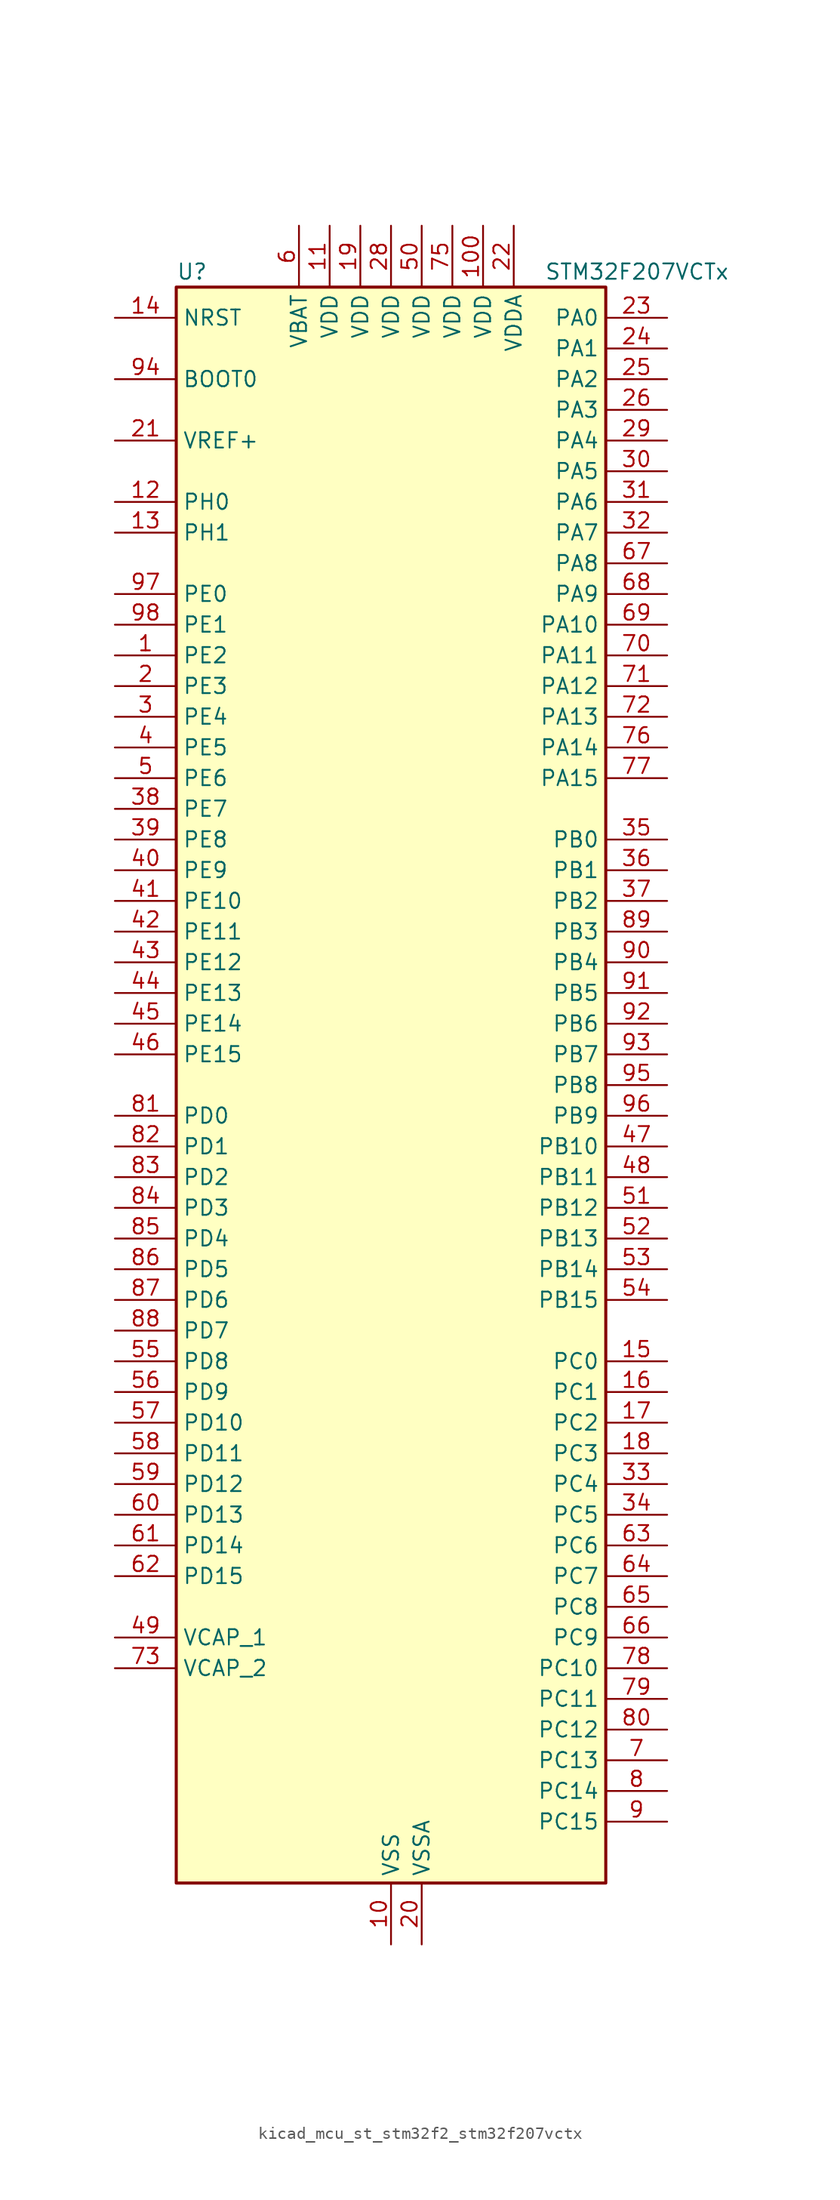
<source format=kicad_sym>
(kicad_symbol_lib
  (version 20220914)
  (generator kicad_symbol_editor)
  (symbol "kicad_mcu_st_stm32f2_stm32f207vctx"
    (property "Reference" "U"
      (at -17.78 67.31 0)
      (effects (font (size 1.27 1.27)) (justify left)))
    (property "Value" "STM32F207VCTx"
      (at 12.7 67.31 0)
      (effects (font (size 1.27 1.27)) (justify left)))
    (property "ki_locked" ""
      (at 0 0 0)
      (effects (font (size 1.27 1.27))))
    (symbol "kicad_mcu_st_stm32f2_stm32f207vctx_0_1"
      (rectangle (start -17.78 -66.04) (end 17.78 66.04) (stroke (width 0.254) (type default)) (fill (type background))))
    (symbol "kicad_mcu_st_stm32f2_stm32f207vctx_1_1"
      (pin bidirectional line (at -22.86 35.56 0) (length 5.08) (name "PE2" (effects (font (size 1.27 1.27)))) (number "1" (effects (font (size 1.27 1.27)))) (alternate "ETH_TXD3" bidirectional line) (alternate "FSMC_A23" bidirectional line) (alternate "SYS_TRACECLK" bidirectional line))
      (pin power_in line (at 0 -71.12 90) (length 5.08) (name "VSS" (effects (font (size 1.27 1.27)))) (number "10" (effects (font (size 1.27 1.27)))))
      (pin power_in line (at 7.62 71.12 270) (length 5.08) (name "VDD" (effects (font (size 1.27 1.27)))) (number "100" (effects (font (size 1.27 1.27)))))
      (pin power_in line (at -5.08 71.12 270) (length 5.08) (name "VDD" (effects (font (size 1.27 1.27)))) (number "11" (effects (font (size 1.27 1.27)))))
      (pin bidirectional line (at -22.86 48.26 0) (length 5.08) (name "PH0" (effects (font (size 1.27 1.27)))) (number "12" (effects (font (size 1.27 1.27)))) (alternate "RCC_OSC_IN" bidirectional line))
      (pin bidirectional line (at -22.86 45.72 0) (length 5.08) (name "PH1" (effects (font (size 1.27 1.27)))) (number "13" (effects (font (size 1.27 1.27)))) (alternate "RCC_OSC_OUT" bidirectional line))
      (pin input line (at -22.86 63.5 0) (length 5.08) (name "NRST" (effects (font (size 1.27 1.27)))) (number "14" (effects (font (size 1.27 1.27)))))
      (pin bidirectional line (at 22.86 -22.86 180) (length 5.08) (name "PC0" (effects (font (size 1.27 1.27)))) (number "15" (effects (font (size 1.27 1.27)))) (alternate "ADC1_IN10" bidirectional line) (alternate "ADC2_IN10" bidirectional line) (alternate "ADC3_IN10" bidirectional line) (alternate "USB_OTG_HS_ULPI_STP" bidirectional line))
      (pin bidirectional line (at 22.86 -25.4 180) (length 5.08) (name "PC1" (effects (font (size 1.27 1.27)))) (number "16" (effects (font (size 1.27 1.27)))) (alternate "ADC1_IN11" bidirectional line) (alternate "ADC2_IN11" bidirectional line) (alternate "ADC3_IN11" bidirectional line) (alternate "ETH_MDC" bidirectional line))
      (pin bidirectional line (at 22.86 -27.94 180) (length 5.08) (name "PC2" (effects (font (size 1.27 1.27)))) (number "17" (effects (font (size 1.27 1.27)))) (alternate "ADC1_IN12" bidirectional line) (alternate "ADC2_IN12" bidirectional line) (alternate "ADC3_IN12" bidirectional line) (alternate "ETH_TXD2" bidirectional line) (alternate "SPI2_MISO" bidirectional line) (alternate "USB_OTG_HS_ULPI_DIR" bidirectional line))
      (pin bidirectional line (at 22.86 -30.48 180) (length 5.08) (name "PC3" (effects (font (size 1.27 1.27)))) (number "18" (effects (font (size 1.27 1.27)))) (alternate "ADC1_IN13" bidirectional line) (alternate "ADC2_IN13" bidirectional line) (alternate "ADC3_IN13" bidirectional line) (alternate "ETH_TX_CLK" bidirectional line) (alternate "I2S2_SD" bidirectional line) (alternate "SPI2_MOSI" bidirectional line) (alternate "USB_OTG_HS_ULPI_NXT" bidirectional line))
      (pin power_in line (at -2.54 71.12 270) (length 5.08) (name "VDD" (effects (font (size 1.27 1.27)))) (number "19" (effects (font (size 1.27 1.27)))))
      (pin bidirectional line (at -22.86 33.02 0) (length 5.08) (name "PE3" (effects (font (size 1.27 1.27)))) (number "2" (effects (font (size 1.27 1.27)))) (alternate "FSMC_A19" bidirectional line) (alternate "SYS_TRACED0" bidirectional line))
      (pin power_in line (at 2.54 -71.12 90) (length 5.08) (name "VSSA" (effects (font (size 1.27 1.27)))) (number "20" (effects (font (size 1.27 1.27)))))
      (pin input line (at -22.86 53.34 0) (length 5.08) (name "VREF+" (effects (font (size 1.27 1.27)))) (number "21" (effects (font (size 1.27 1.27)))))
      (pin power_in line (at 10.16 71.12 270) (length 5.08) (name "VDDA" (effects (font (size 1.27 1.27)))) (number "22" (effects (font (size 1.27 1.27)))))
      (pin bidirectional line (at 22.86 63.5 180) (length 5.08) (name "PA0" (effects (font (size 1.27 1.27)))) (number "23" (effects (font (size 1.27 1.27)))) (alternate "ADC1_IN0" bidirectional line) (alternate "ADC2_IN0" bidirectional line) (alternate "ADC3_IN0" bidirectional line) (alternate "ETH_CRS" bidirectional line) (alternate "SYS_WKUP" bidirectional line) (alternate "TIM2_CH1" bidirectional line) (alternate "TIM2_ETR" bidirectional line) (alternate "TIM5_CH1" bidirectional line) (alternate "TIM8_ETR" bidirectional line) (alternate "UART4_TX" bidirectional line) (alternate "USART2_CTS" bidirectional line))
      (pin bidirectional line (at 22.86 60.96 180) (length 5.08) (name "PA1" (effects (font (size 1.27 1.27)))) (number "24" (effects (font (size 1.27 1.27)))) (alternate "ADC1_IN1" bidirectional line) (alternate "ADC2_IN1" bidirectional line) (alternate "ADC3_IN1" bidirectional line) (alternate "ETH_REF_CLK" bidirectional line) (alternate "ETH_RX_CLK" bidirectional line) (alternate "TIM2_CH2" bidirectional line) (alternate "TIM5_CH2" bidirectional line) (alternate "UART4_RX" bidirectional line) (alternate "USART2_RTS" bidirectional line))
      (pin bidirectional line (at 22.86 58.42 180) (length 5.08) (name "PA2" (effects (font (size 1.27 1.27)))) (number "25" (effects (font (size 1.27 1.27)))) (alternate "ADC1_IN2" bidirectional line) (alternate "ADC2_IN2" bidirectional line) (alternate "ADC3_IN2" bidirectional line) (alternate "ETH_MDIO" bidirectional line) (alternate "TIM2_CH3" bidirectional line) (alternate "TIM5_CH3" bidirectional line) (alternate "TIM9_CH1" bidirectional line) (alternate "USART2_TX" bidirectional line))
      (pin bidirectional line (at 22.86 55.88 180) (length 5.08) (name "PA3" (effects (font (size 1.27 1.27)))) (number "26" (effects (font (size 1.27 1.27)))) (alternate "ADC1_IN3" bidirectional line) (alternate "ADC2_IN3" bidirectional line) (alternate "ADC3_IN3" bidirectional line) (alternate "ETH_COL" bidirectional line) (alternate "TIM2_CH4" bidirectional line) (alternate "TIM5_CH4" bidirectional line) (alternate "TIM9_CH2" bidirectional line) (alternate "USART2_RX" bidirectional line) (alternate "USB_OTG_HS_ULPI_D0" bidirectional line))
      (pin passive line (at 0 -71.12 90) (length 5.08) hide (name "VSS" (effects (font (size 1.27 1.27)))) (number "27" (effects (font (size 1.27 1.27)))))
      (pin power_in line (at 0 71.12 270) (length 5.08) (name "VDD" (effects (font (size 1.27 1.27)))) (number "28" (effects (font (size 1.27 1.27)))))
      (pin bidirectional line (at 22.86 53.34 180) (length 5.08) (name "PA4" (effects (font (size 1.27 1.27)))) (number "29" (effects (font (size 1.27 1.27)))) (alternate "ADC1_IN4" bidirectional line) (alternate "ADC2_IN4" bidirectional line) (alternate "DAC_OUT1" bidirectional line) (alternate "DCMI_HSYNC" bidirectional line) (alternate "I2S3_WS" bidirectional line) (alternate "SPI1_NSS" bidirectional line) (alternate "SPI3_NSS" bidirectional line) (alternate "USART2_CK" bidirectional line) (alternate "USB_OTG_HS_SOF" bidirectional line))
      (pin bidirectional line (at -22.86 30.48 0) (length 5.08) (name "PE4" (effects (font (size 1.27 1.27)))) (number "3" (effects (font (size 1.27 1.27)))) (alternate "DCMI_D4" bidirectional line) (alternate "FSMC_A20" bidirectional line) (alternate "SYS_TRACED1" bidirectional line))
      (pin bidirectional line (at 22.86 50.8 180) (length 5.08) (name "PA5" (effects (font (size 1.27 1.27)))) (number "30" (effects (font (size 1.27 1.27)))) (alternate "ADC1_IN5" bidirectional line) (alternate "ADC2_IN5" bidirectional line) (alternate "DAC_OUT2" bidirectional line) (alternate "SPI1_SCK" bidirectional line) (alternate "TIM2_CH1" bidirectional line) (alternate "TIM2_ETR" bidirectional line) (alternate "TIM8_CH1N" bidirectional line) (alternate "USB_OTG_HS_ULPI_CK" bidirectional line))
      (pin bidirectional line (at 22.86 48.26 180) (length 5.08) (name "PA6" (effects (font (size 1.27 1.27)))) (number "31" (effects (font (size 1.27 1.27)))) (alternate "ADC1_IN6" bidirectional line) (alternate "ADC2_IN6" bidirectional line) (alternate "DCMI_PIXCLK" bidirectional line) (alternate "SPI1_MISO" bidirectional line) (alternate "TIM13_CH1" bidirectional line) (alternate "TIM1_BKIN" bidirectional line) (alternate "TIM3_CH1" bidirectional line) (alternate "TIM8_BKIN" bidirectional line))
      (pin bidirectional line (at 22.86 45.72 180) (length 5.08) (name "PA7" (effects (font (size 1.27 1.27)))) (number "32" (effects (font (size 1.27 1.27)))) (alternate "ADC1_IN7" bidirectional line) (alternate "ADC2_IN7" bidirectional line) (alternate "ETH_CRS_DV" bidirectional line) (alternate "ETH_RX_DV" bidirectional line) (alternate "SPI1_MOSI" bidirectional line) (alternate "TIM14_CH1" bidirectional line) (alternate "TIM1_CH1N" bidirectional line) (alternate "TIM3_CH2" bidirectional line) (alternate "TIM8_CH1N" bidirectional line))
      (pin bidirectional line (at 22.86 -33.02 180) (length 5.08) (name "PC4" (effects (font (size 1.27 1.27)))) (number "33" (effects (font (size 1.27 1.27)))) (alternate "ADC1_IN14" bidirectional line) (alternate "ADC2_IN14" bidirectional line) (alternate "ETH_RXD0" bidirectional line))
      (pin bidirectional line (at 22.86 -35.56 180) (length 5.08) (name "PC5" (effects (font (size 1.27 1.27)))) (number "34" (effects (font (size 1.27 1.27)))) (alternate "ADC1_IN15" bidirectional line) (alternate "ADC2_IN15" bidirectional line) (alternate "ETH_RXD1" bidirectional line))
      (pin bidirectional line (at 22.86 20.32 180) (length 5.08) (name "PB0" (effects (font (size 1.27 1.27)))) (number "35" (effects (font (size 1.27 1.27)))) (alternate "ADC1_IN8" bidirectional line) (alternate "ADC2_IN8" bidirectional line) (alternate "ETH_RXD2" bidirectional line) (alternate "TIM1_CH2N" bidirectional line) (alternate "TIM3_CH3" bidirectional line) (alternate "TIM8_CH2N" bidirectional line) (alternate "USB_OTG_HS_ULPI_D1" bidirectional line))
      (pin bidirectional line (at 22.86 17.78 180) (length 5.08) (name "PB1" (effects (font (size 1.27 1.27)))) (number "36" (effects (font (size 1.27 1.27)))) (alternate "ADC1_IN9" bidirectional line) (alternate "ADC2_IN9" bidirectional line) (alternate "ETH_RXD3" bidirectional line) (alternate "TIM1_CH3N" bidirectional line) (alternate "TIM3_CH4" bidirectional line) (alternate "TIM8_CH3N" bidirectional line) (alternate "USB_OTG_HS_ULPI_D2" bidirectional line))
      (pin bidirectional line (at 22.86 15.24 180) (length 5.08) (name "PB2" (effects (font (size 1.27 1.27)))) (number "37" (effects (font (size 1.27 1.27)))))
      (pin bidirectional line (at -22.86 22.86 0) (length 5.08) (name "PE7" (effects (font (size 1.27 1.27)))) (number "38" (effects (font (size 1.27 1.27)))) (alternate "FSMC_D4" bidirectional line) (alternate "FSMC_DA4" bidirectional line) (alternate "TIM1_ETR" bidirectional line))
      (pin bidirectional line (at -22.86 20.32 0) (length 5.08) (name "PE8" (effects (font (size 1.27 1.27)))) (number "39" (effects (font (size 1.27 1.27)))) (alternate "FSMC_D5" bidirectional line) (alternate "FSMC_DA5" bidirectional line) (alternate "TIM1_CH1N" bidirectional line))
      (pin bidirectional line (at -22.86 27.94 0) (length 5.08) (name "PE5" (effects (font (size 1.27 1.27)))) (number "4" (effects (font (size 1.27 1.27)))) (alternate "DCMI_D6" bidirectional line) (alternate "FSMC_A21" bidirectional line) (alternate "SYS_TRACED2" bidirectional line) (alternate "TIM9_CH1" bidirectional line))
      (pin bidirectional line (at -22.86 17.78 0) (length 5.08) (name "PE9" (effects (font (size 1.27 1.27)))) (number "40" (effects (font (size 1.27 1.27)))) (alternate "DAC_EXTI9" bidirectional line) (alternate "FSMC_D6" bidirectional line) (alternate "FSMC_DA6" bidirectional line) (alternate "TIM1_CH1" bidirectional line))
      (pin bidirectional line (at -22.86 15.24 0) (length 5.08) (name "PE10" (effects (font (size 1.27 1.27)))) (number "41" (effects (font (size 1.27 1.27)))) (alternate "FSMC_D7" bidirectional line) (alternate "FSMC_DA7" bidirectional line) (alternate "TIM1_CH2N" bidirectional line))
      (pin bidirectional line (at -22.86 12.7 0) (length 5.08) (name "PE11" (effects (font (size 1.27 1.27)))) (number "42" (effects (font (size 1.27 1.27)))) (alternate "ADC1_EXTI11" bidirectional line) (alternate "ADC2_EXTI11" bidirectional line) (alternate "ADC3_EXTI11" bidirectional line) (alternate "FSMC_D8" bidirectional line) (alternate "FSMC_DA8" bidirectional line) (alternate "TIM1_CH2" bidirectional line))
      (pin bidirectional line (at -22.86 10.16 0) (length 5.08) (name "PE12" (effects (font (size 1.27 1.27)))) (number "43" (effects (font (size 1.27 1.27)))) (alternate "FSMC_D9" bidirectional line) (alternate "FSMC_DA9" bidirectional line) (alternate "TIM1_CH3N" bidirectional line))
      (pin bidirectional line (at -22.86 7.62 0) (length 5.08) (name "PE13" (effects (font (size 1.27 1.27)))) (number "44" (effects (font (size 1.27 1.27)))) (alternate "FSMC_D10" bidirectional line) (alternate "FSMC_DA10" bidirectional line) (alternate "TIM1_CH3" bidirectional line))
      (pin bidirectional line (at -22.86 5.08 0) (length 5.08) (name "PE14" (effects (font (size 1.27 1.27)))) (number "45" (effects (font (size 1.27 1.27)))) (alternate "FSMC_D11" bidirectional line) (alternate "FSMC_DA11" bidirectional line) (alternate "TIM1_CH4" bidirectional line))
      (pin bidirectional line (at -22.86 2.54 0) (length 5.08) (name "PE15" (effects (font (size 1.27 1.27)))) (number "46" (effects (font (size 1.27 1.27)))) (alternate "ADC1_EXTI15" bidirectional line) (alternate "ADC2_EXTI15" bidirectional line) (alternate "ADC3_EXTI15" bidirectional line) (alternate "FSMC_D12" bidirectional line) (alternate "FSMC_DA12" bidirectional line) (alternate "TIM1_BKIN" bidirectional line))
      (pin bidirectional line (at 22.86 -5.08 180) (length 5.08) (name "PB10" (effects (font (size 1.27 1.27)))) (number "47" (effects (font (size 1.27 1.27)))) (alternate "ETH_RX_ER" bidirectional line) (alternate "I2C2_SCL" bidirectional line) (alternate "I2S2_SCK" bidirectional line) (alternate "SPI2_SCK" bidirectional line) (alternate "TIM2_CH3" bidirectional line) (alternate "USART3_TX" bidirectional line) (alternate "USB_OTG_HS_ULPI_D3" bidirectional line))
      (pin bidirectional line (at 22.86 -7.62 180) (length 5.08) (name "PB11" (effects (font (size 1.27 1.27)))) (number "48" (effects (font (size 1.27 1.27)))) (alternate "ADC1_EXTI11" bidirectional line) (alternate "ADC2_EXTI11" bidirectional line) (alternate "ADC3_EXTI11" bidirectional line) (alternate "ETH_TX_EN" bidirectional line) (alternate "I2C2_SDA" bidirectional line) (alternate "TIM2_CH4" bidirectional line) (alternate "USART3_RX" bidirectional line) (alternate "USB_OTG_HS_ULPI_D4" bidirectional line))
      (pin power_out line (at -22.86 -45.72 0) (length 5.08) (name "VCAP_1" (effects (font (size 1.27 1.27)))) (number "49" (effects (font (size 1.27 1.27)))))
      (pin bidirectional line (at -22.86 25.4 0) (length 5.08) (name "PE6" (effects (font (size 1.27 1.27)))) (number "5" (effects (font (size 1.27 1.27)))) (alternate "DCMI_D7" bidirectional line) (alternate "FSMC_A22" bidirectional line) (alternate "SYS_TRACED3" bidirectional line) (alternate "TIM9_CH2" bidirectional line))
      (pin power_in line (at 2.54 71.12 270) (length 5.08) (name "VDD" (effects (font (size 1.27 1.27)))) (number "50" (effects (font (size 1.27 1.27)))))
      (pin bidirectional line (at 22.86 -10.16 180) (length 5.08) (name "PB12" (effects (font (size 1.27 1.27)))) (number "51" (effects (font (size 1.27 1.27)))) (alternate "CAN2_RX" bidirectional line) (alternate "ETH_TXD0" bidirectional line) (alternate "I2C2_SMBA" bidirectional line) (alternate "I2S2_WS" bidirectional line) (alternate "SPI2_NSS" bidirectional line) (alternate "TIM1_BKIN" bidirectional line) (alternate "USART3_CK" bidirectional line) (alternate "USB_OTG_HS_ID" bidirectional line) (alternate "USB_OTG_HS_ULPI_D5" bidirectional line))
      (pin bidirectional line (at 22.86 -12.7 180) (length 5.08) (name "PB13" (effects (font (size 1.27 1.27)))) (number "52" (effects (font (size 1.27 1.27)))) (alternate "CAN2_TX" bidirectional line) (alternate "ETH_TXD1" bidirectional line) (alternate "I2S2_SCK" bidirectional line) (alternate "SPI2_SCK" bidirectional line) (alternate "TIM1_CH1N" bidirectional line) (alternate "USART3_CTS" bidirectional line) (alternate "USB_OTG_HS_ULPI_D6" bidirectional line) (alternate "USB_OTG_HS_VBUS" bidirectional line))
      (pin bidirectional line (at 22.86 -15.24 180) (length 5.08) (name "PB14" (effects (font (size 1.27 1.27)))) (number "53" (effects (font (size 1.27 1.27)))) (alternate "SPI2_MISO" bidirectional line) (alternate "TIM12_CH1" bidirectional line) (alternate "TIM1_CH2N" bidirectional line) (alternate "TIM8_CH2N" bidirectional line) (alternate "USART3_RTS" bidirectional line) (alternate "USB_OTG_HS_DM" bidirectional line))
      (pin bidirectional line (at 22.86 -17.78 180) (length 5.08) (name "PB15" (effects (font (size 1.27 1.27)))) (number "54" (effects (font (size 1.27 1.27)))) (alternate "ADC1_EXTI15" bidirectional line) (alternate "ADC2_EXTI15" bidirectional line) (alternate "ADC3_EXTI15" bidirectional line) (alternate "I2S2_SD" bidirectional line) (alternate "RTC_REFIN" bidirectional line) (alternate "SPI2_MOSI" bidirectional line) (alternate "TIM12_CH2" bidirectional line) (alternate "TIM1_CH3N" bidirectional line) (alternate "TIM8_CH3N" bidirectional line) (alternate "USB_OTG_HS_DP" bidirectional line))
      (pin bidirectional line (at -22.86 -22.86 0) (length 5.08) (name "PD8" (effects (font (size 1.27 1.27)))) (number "55" (effects (font (size 1.27 1.27)))) (alternate "FSMC_D13" bidirectional line) (alternate "FSMC_DA13" bidirectional line) (alternate "USART3_TX" bidirectional line))
      (pin bidirectional line (at -22.86 -25.4 0) (length 5.08) (name "PD9" (effects (font (size 1.27 1.27)))) (number "56" (effects (font (size 1.27 1.27)))) (alternate "DAC_EXTI9" bidirectional line) (alternate "FSMC_D14" bidirectional line) (alternate "FSMC_DA14" bidirectional line) (alternate "USART3_RX" bidirectional line))
      (pin bidirectional line (at -22.86 -27.94 0) (length 5.08) (name "PD10" (effects (font (size 1.27 1.27)))) (number "57" (effects (font (size 1.27 1.27)))) (alternate "FSMC_D15" bidirectional line) (alternate "FSMC_DA15" bidirectional line) (alternate "USART3_CK" bidirectional line))
      (pin bidirectional line (at -22.86 -30.48 0) (length 5.08) (name "PD11" (effects (font (size 1.27 1.27)))) (number "58" (effects (font (size 1.27 1.27)))) (alternate "ADC1_EXTI11" bidirectional line) (alternate "ADC2_EXTI11" bidirectional line) (alternate "ADC3_EXTI11" bidirectional line) (alternate "FSMC_A16" bidirectional line) (alternate "FSMC_CLE" bidirectional line) (alternate "USART3_CTS" bidirectional line))
      (pin bidirectional line (at -22.86 -33.02 0) (length 5.08) (name "PD12" (effects (font (size 1.27 1.27)))) (number "59" (effects (font (size 1.27 1.27)))) (alternate "FSMC_A17" bidirectional line) (alternate "FSMC_ALE" bidirectional line) (alternate "TIM4_CH1" bidirectional line) (alternate "USART3_RTS" bidirectional line))
      (pin power_in line (at -7.62 71.12 270) (length 5.08) (name "VBAT" (effects (font (size 1.27 1.27)))) (number "6" (effects (font (size 1.27 1.27)))))
      (pin bidirectional line (at -22.86 -35.56 0) (length 5.08) (name "PD13" (effects (font (size 1.27 1.27)))) (number "60" (effects (font (size 1.27 1.27)))) (alternate "FSMC_A18" bidirectional line) (alternate "TIM4_CH2" bidirectional line))
      (pin bidirectional line (at -22.86 -38.1 0) (length 5.08) (name "PD14" (effects (font (size 1.27 1.27)))) (number "61" (effects (font (size 1.27 1.27)))) (alternate "FSMC_D0" bidirectional line) (alternate "FSMC_DA0" bidirectional line) (alternate "TIM4_CH3" bidirectional line))
      (pin bidirectional line (at -22.86 -40.64 0) (length 5.08) (name "PD15" (effects (font (size 1.27 1.27)))) (number "62" (effects (font (size 1.27 1.27)))) (alternate "ADC1_EXTI15" bidirectional line) (alternate "ADC2_EXTI15" bidirectional line) (alternate "ADC3_EXTI15" bidirectional line) (alternate "FSMC_D1" bidirectional line) (alternate "FSMC_DA1" bidirectional line) (alternate "TIM4_CH4" bidirectional line))
      (pin bidirectional line (at 22.86 -38.1 180) (length 5.08) (name "PC6" (effects (font (size 1.27 1.27)))) (number "63" (effects (font (size 1.27 1.27)))) (alternate "DCMI_D0" bidirectional line) (alternate "I2S2_MCK" bidirectional line) (alternate "SDIO_D6" bidirectional line) (alternate "TIM3_CH1" bidirectional line) (alternate "TIM8_CH1" bidirectional line) (alternate "USART6_TX" bidirectional line))
      (pin bidirectional line (at 22.86 -40.64 180) (length 5.08) (name "PC7" (effects (font (size 1.27 1.27)))) (number "64" (effects (font (size 1.27 1.27)))) (alternate "DCMI_D1" bidirectional line) (alternate "I2S3_MCK" bidirectional line) (alternate "SDIO_D7" bidirectional line) (alternate "TIM3_CH2" bidirectional line) (alternate "TIM8_CH2" bidirectional line) (alternate "USART6_RX" bidirectional line))
      (pin bidirectional line (at 22.86 -43.18 180) (length 5.08) (name "PC8" (effects (font (size 1.27 1.27)))) (number "65" (effects (font (size 1.27 1.27)))) (alternate "DCMI_D2" bidirectional line) (alternate "SDIO_D0" bidirectional line) (alternate "TIM3_CH3" bidirectional line) (alternate "TIM8_CH3" bidirectional line) (alternate "USART6_CK" bidirectional line))
      (pin bidirectional line (at 22.86 -45.72 180) (length 5.08) (name "PC9" (effects (font (size 1.27 1.27)))) (number "66" (effects (font (size 1.27 1.27)))) (alternate "DAC_EXTI9" bidirectional line) (alternate "DCMI_D3" bidirectional line) (alternate "I2C3_SDA" bidirectional line) (alternate "I2S_CKIN" bidirectional line) (alternate "RCC_MCO_2" bidirectional line) (alternate "SDIO_D1" bidirectional line) (alternate "TIM3_CH4" bidirectional line) (alternate "TIM8_CH4" bidirectional line))
      (pin bidirectional line (at 22.86 43.18 180) (length 5.08) (name "PA8" (effects (font (size 1.27 1.27)))) (number "67" (effects (font (size 1.27 1.27)))) (alternate "I2C3_SCL" bidirectional line) (alternate "RCC_MCO_1" bidirectional line) (alternate "TIM1_CH1" bidirectional line) (alternate "USART1_CK" bidirectional line) (alternate "USB_OTG_FS_SOF" bidirectional line))
      (pin bidirectional line (at 22.86 40.64 180) (length 5.08) (name "PA9" (effects (font (size 1.27 1.27)))) (number "68" (effects (font (size 1.27 1.27)))) (alternate "DAC_EXTI9" bidirectional line) (alternate "DCMI_D0" bidirectional line) (alternate "I2C3_SMBA" bidirectional line) (alternate "TIM1_CH2" bidirectional line) (alternate "USART1_TX" bidirectional line) (alternate "USB_OTG_FS_VBUS" bidirectional line))
      (pin bidirectional line (at 22.86 38.1 180) (length 5.08) (name "PA10" (effects (font (size 1.27 1.27)))) (number "69" (effects (font (size 1.27 1.27)))) (alternate "DCMI_D1" bidirectional line) (alternate "TIM1_CH3" bidirectional line) (alternate "USART1_RX" bidirectional line) (alternate "USB_OTG_FS_ID" bidirectional line))
      (pin bidirectional line (at 22.86 -55.88 180) (length 5.08) (name "PC13" (effects (font (size 1.27 1.27)))) (number "7" (effects (font (size 1.27 1.27)))) (alternate "RTC_AF1" bidirectional line))
      (pin bidirectional line (at 22.86 35.56 180) (length 5.08) (name "PA11" (effects (font (size 1.27 1.27)))) (number "70" (effects (font (size 1.27 1.27)))) (alternate "ADC1_EXTI11" bidirectional line) (alternate "ADC2_EXTI11" bidirectional line) (alternate "ADC3_EXTI11" bidirectional line) (alternate "CAN1_RX" bidirectional line) (alternate "TIM1_CH4" bidirectional line) (alternate "USART1_CTS" bidirectional line) (alternate "USB_OTG_FS_DM" bidirectional line))
      (pin bidirectional line (at 22.86 33.02 180) (length 5.08) (name "PA12" (effects (font (size 1.27 1.27)))) (number "71" (effects (font (size 1.27 1.27)))) (alternate "CAN1_TX" bidirectional line) (alternate "TIM1_ETR" bidirectional line) (alternate "USART1_RTS" bidirectional line) (alternate "USB_OTG_FS_DP" bidirectional line))
      (pin bidirectional line (at 22.86 30.48 180) (length 5.08) (name "PA13" (effects (font (size 1.27 1.27)))) (number "72" (effects (font (size 1.27 1.27)))) (alternate "SYS_JTMS-SWDIO" bidirectional line))
      (pin power_out line (at -22.86 -48.26 0) (length 5.08) (name "VCAP_2" (effects (font (size 1.27 1.27)))) (number "73" (effects (font (size 1.27 1.27)))))
      (pin passive line (at 0 -71.12 90) (length 5.08) hide (name "VSS" (effects (font (size 1.27 1.27)))) (number "74" (effects (font (size 1.27 1.27)))))
      (pin power_in line (at 5.08 71.12 270) (length 5.08) (name "VDD" (effects (font (size 1.27 1.27)))) (number "75" (effects (font (size 1.27 1.27)))))
      (pin bidirectional line (at 22.86 27.94 180) (length 5.08) (name "PA14" (effects (font (size 1.27 1.27)))) (number "76" (effects (font (size 1.27 1.27)))) (alternate "SYS_JTCK-SWCLK" bidirectional line))
      (pin bidirectional line (at 22.86 25.4 180) (length 5.08) (name "PA15" (effects (font (size 1.27 1.27)))) (number "77" (effects (font (size 1.27 1.27)))) (alternate "ADC1_EXTI15" bidirectional line) (alternate "ADC2_EXTI15" bidirectional line) (alternate "ADC3_EXTI15" bidirectional line) (alternate "I2S3_WS" bidirectional line) (alternate "SPI1_NSS" bidirectional line) (alternate "SPI3_NSS" bidirectional line) (alternate "SYS_JTDI" bidirectional line) (alternate "TIM2_CH1" bidirectional line) (alternate "TIM2_ETR" bidirectional line))
      (pin bidirectional line (at 22.86 -48.26 180) (length 5.08) (name "PC10" (effects (font (size 1.27 1.27)))) (number "78" (effects (font (size 1.27 1.27)))) (alternate "DCMI_D8" bidirectional line) (alternate "I2S3_SCK" bidirectional line) (alternate "SDIO_D2" bidirectional line) (alternate "SPI3_SCK" bidirectional line) (alternate "UART4_TX" bidirectional line) (alternate "USART3_TX" bidirectional line))
      (pin bidirectional line (at 22.86 -50.8 180) (length 5.08) (name "PC11" (effects (font (size 1.27 1.27)))) (number "79" (effects (font (size 1.27 1.27)))) (alternate "ADC1_EXTI11" bidirectional line) (alternate "ADC2_EXTI11" bidirectional line) (alternate "ADC3_EXTI11" bidirectional line) (alternate "DCMI_D4" bidirectional line) (alternate "SDIO_D3" bidirectional line) (alternate "SPI3_MISO" bidirectional line) (alternate "UART4_RX" bidirectional line) (alternate "USART3_RX" bidirectional line))
      (pin bidirectional line (at 22.86 -58.42 180) (length 5.08) (name "PC14" (effects (font (size 1.27 1.27)))) (number "8" (effects (font (size 1.27 1.27)))) (alternate "RCC_OSC32_IN" bidirectional line))
      (pin bidirectional line (at 22.86 -53.34 180) (length 5.08) (name "PC12" (effects (font (size 1.27 1.27)))) (number "80" (effects (font (size 1.27 1.27)))) (alternate "DCMI_D9" bidirectional line) (alternate "I2S3_SD" bidirectional line) (alternate "SDIO_CK" bidirectional line) (alternate "SPI3_MOSI" bidirectional line) (alternate "UART5_TX" bidirectional line) (alternate "USART3_CK" bidirectional line))
      (pin bidirectional line (at -22.86 -2.54 0) (length 5.08) (name "PD0" (effects (font (size 1.27 1.27)))) (number "81" (effects (font (size 1.27 1.27)))) (alternate "CAN1_RX" bidirectional line) (alternate "FSMC_D2" bidirectional line) (alternate "FSMC_DA2" bidirectional line))
      (pin bidirectional line (at -22.86 -5.08 0) (length 5.08) (name "PD1" (effects (font (size 1.27 1.27)))) (number "82" (effects (font (size 1.27 1.27)))) (alternate "CAN1_TX" bidirectional line) (alternate "FSMC_D3" bidirectional line) (alternate "FSMC_DA3" bidirectional line))
      (pin bidirectional line (at -22.86 -7.62 0) (length 5.08) (name "PD2" (effects (font (size 1.27 1.27)))) (number "83" (effects (font (size 1.27 1.27)))) (alternate "DCMI_D11" bidirectional line) (alternate "SDIO_CMD" bidirectional line) (alternate "TIM3_ETR" bidirectional line) (alternate "UART5_RX" bidirectional line))
      (pin bidirectional line (at -22.86 -10.16 0) (length 5.08) (name "PD3" (effects (font (size 1.27 1.27)))) (number "84" (effects (font (size 1.27 1.27)))) (alternate "FSMC_CLK" bidirectional line) (alternate "USART2_CTS" bidirectional line))
      (pin bidirectional line (at -22.86 -12.7 0) (length 5.08) (name "PD4" (effects (font (size 1.27 1.27)))) (number "85" (effects (font (size 1.27 1.27)))) (alternate "FSMC_NOE" bidirectional line) (alternate "USART2_RTS" bidirectional line))
      (pin bidirectional line (at -22.86 -15.24 0) (length 5.08) (name "PD5" (effects (font (size 1.27 1.27)))) (number "86" (effects (font (size 1.27 1.27)))) (alternate "FSMC_NWE" bidirectional line) (alternate "USART2_TX" bidirectional line))
      (pin bidirectional line (at -22.86 -17.78 0) (length 5.08) (name "PD6" (effects (font (size 1.27 1.27)))) (number "87" (effects (font (size 1.27 1.27)))) (alternate "FSMC_NWAIT" bidirectional line) (alternate "USART2_RX" bidirectional line))
      (pin bidirectional line (at -22.86 -20.32 0) (length 5.08) (name "PD7" (effects (font (size 1.27 1.27)))) (number "88" (effects (font (size 1.27 1.27)))) (alternate "FSMC_NCE2" bidirectional line) (alternate "FSMC_NE1" bidirectional line) (alternate "USART2_CK" bidirectional line))
      (pin bidirectional line (at 22.86 12.7 180) (length 5.08) (name "PB3" (effects (font (size 1.27 1.27)))) (number "89" (effects (font (size 1.27 1.27)))) (alternate "I2S3_SCK" bidirectional line) (alternate "SPI1_SCK" bidirectional line) (alternate "SPI3_SCK" bidirectional line) (alternate "SYS_JTDO-SWO" bidirectional line) (alternate "TIM2_CH2" bidirectional line))
      (pin bidirectional line (at 22.86 -60.96 180) (length 5.08) (name "PC15" (effects (font (size 1.27 1.27)))) (number "9" (effects (font (size 1.27 1.27)))) (alternate "ADC1_EXTI15" bidirectional line) (alternate "ADC2_EXTI15" bidirectional line) (alternate "ADC3_EXTI15" bidirectional line) (alternate "RCC_OSC32_OUT" bidirectional line))
      (pin bidirectional line (at 22.86 10.16 180) (length 5.08) (name "PB4" (effects (font (size 1.27 1.27)))) (number "90" (effects (font (size 1.27 1.27)))) (alternate "SPI1_MISO" bidirectional line) (alternate "SPI3_MISO" bidirectional line) (alternate "SYS_JTRST" bidirectional line) (alternate "TIM3_CH1" bidirectional line))
      (pin bidirectional line (at 22.86 7.62 180) (length 5.08) (name "PB5" (effects (font (size 1.27 1.27)))) (number "91" (effects (font (size 1.27 1.27)))) (alternate "CAN2_RX" bidirectional line) (alternate "DCMI_D10" bidirectional line) (alternate "ETH_PPS_OUT" bidirectional line) (alternate "I2C1_SMBA" bidirectional line) (alternate "I2S3_SD" bidirectional line) (alternate "SPI1_MOSI" bidirectional line) (alternate "SPI3_MOSI" bidirectional line) (alternate "TIM3_CH2" bidirectional line) (alternate "USB_OTG_HS_ULPI_D7" bidirectional line))
      (pin bidirectional line (at 22.86 5.08 180) (length 5.08) (name "PB6" (effects (font (size 1.27 1.27)))) (number "92" (effects (font (size 1.27 1.27)))) (alternate "CAN2_TX" bidirectional line) (alternate "DCMI_D5" bidirectional line) (alternate "I2C1_SCL" bidirectional line) (alternate "TIM4_CH1" bidirectional line) (alternate "USART1_TX" bidirectional line))
      (pin bidirectional line (at 22.86 2.54 180) (length 5.08) (name "PB7" (effects (font (size 1.27 1.27)))) (number "93" (effects (font (size 1.27 1.27)))) (alternate "DCMI_VSYNC" bidirectional line) (alternate "FSMC_NL" bidirectional line) (alternate "I2C1_SDA" bidirectional line) (alternate "TIM4_CH2" bidirectional line) (alternate "USART1_RX" bidirectional line))
      (pin input line (at -22.86 58.42 0) (length 5.08) (name "BOOT0" (effects (font (size 1.27 1.27)))) (number "94" (effects (font (size 1.27 1.27)))))
      (pin bidirectional line (at 22.86 0 180) (length 5.08) (name "PB8" (effects (font (size 1.27 1.27)))) (number "95" (effects (font (size 1.27 1.27)))) (alternate "CAN1_RX" bidirectional line) (alternate "DCMI_D6" bidirectional line) (alternate "ETH_TXD3" bidirectional line) (alternate "I2C1_SCL" bidirectional line) (alternate "SDIO_D4" bidirectional line) (alternate "TIM10_CH1" bidirectional line) (alternate "TIM4_CH3" bidirectional line))
      (pin bidirectional line (at 22.86 -2.54 180) (length 5.08) (name "PB9" (effects (font (size 1.27 1.27)))) (number "96" (effects (font (size 1.27 1.27)))) (alternate "CAN1_TX" bidirectional line) (alternate "DAC_EXTI9" bidirectional line) (alternate "DCMI_D7" bidirectional line) (alternate "I2C1_SDA" bidirectional line) (alternate "I2S2_WS" bidirectional line) (alternate "SDIO_D5" bidirectional line) (alternate "SPI2_NSS" bidirectional line) (alternate "TIM11_CH1" bidirectional line) (alternate "TIM4_CH4" bidirectional line))
      (pin bidirectional line (at -22.86 40.64 0) (length 5.08) (name "PE0" (effects (font (size 1.27 1.27)))) (number "97" (effects (font (size 1.27 1.27)))) (alternate "DCMI_D2" bidirectional line) (alternate "FSMC_NBL0" bidirectional line) (alternate "TIM4_ETR" bidirectional line))
      (pin bidirectional line (at -22.86 38.1 0) (length 5.08) (name "PE1" (effects (font (size 1.27 1.27)))) (number "98" (effects (font (size 1.27 1.27)))) (alternate "DCMI_D3" bidirectional line) (alternate "FSMC_NBL1" bidirectional line))
      (pin no_connect line (at -17.78 -66.04 0) (length 5.08) hide (name "RFU" (effects (font (size 1.27 1.27)))) (number "99" (effects (font (size 1.27 1.27))))))))
</source>
